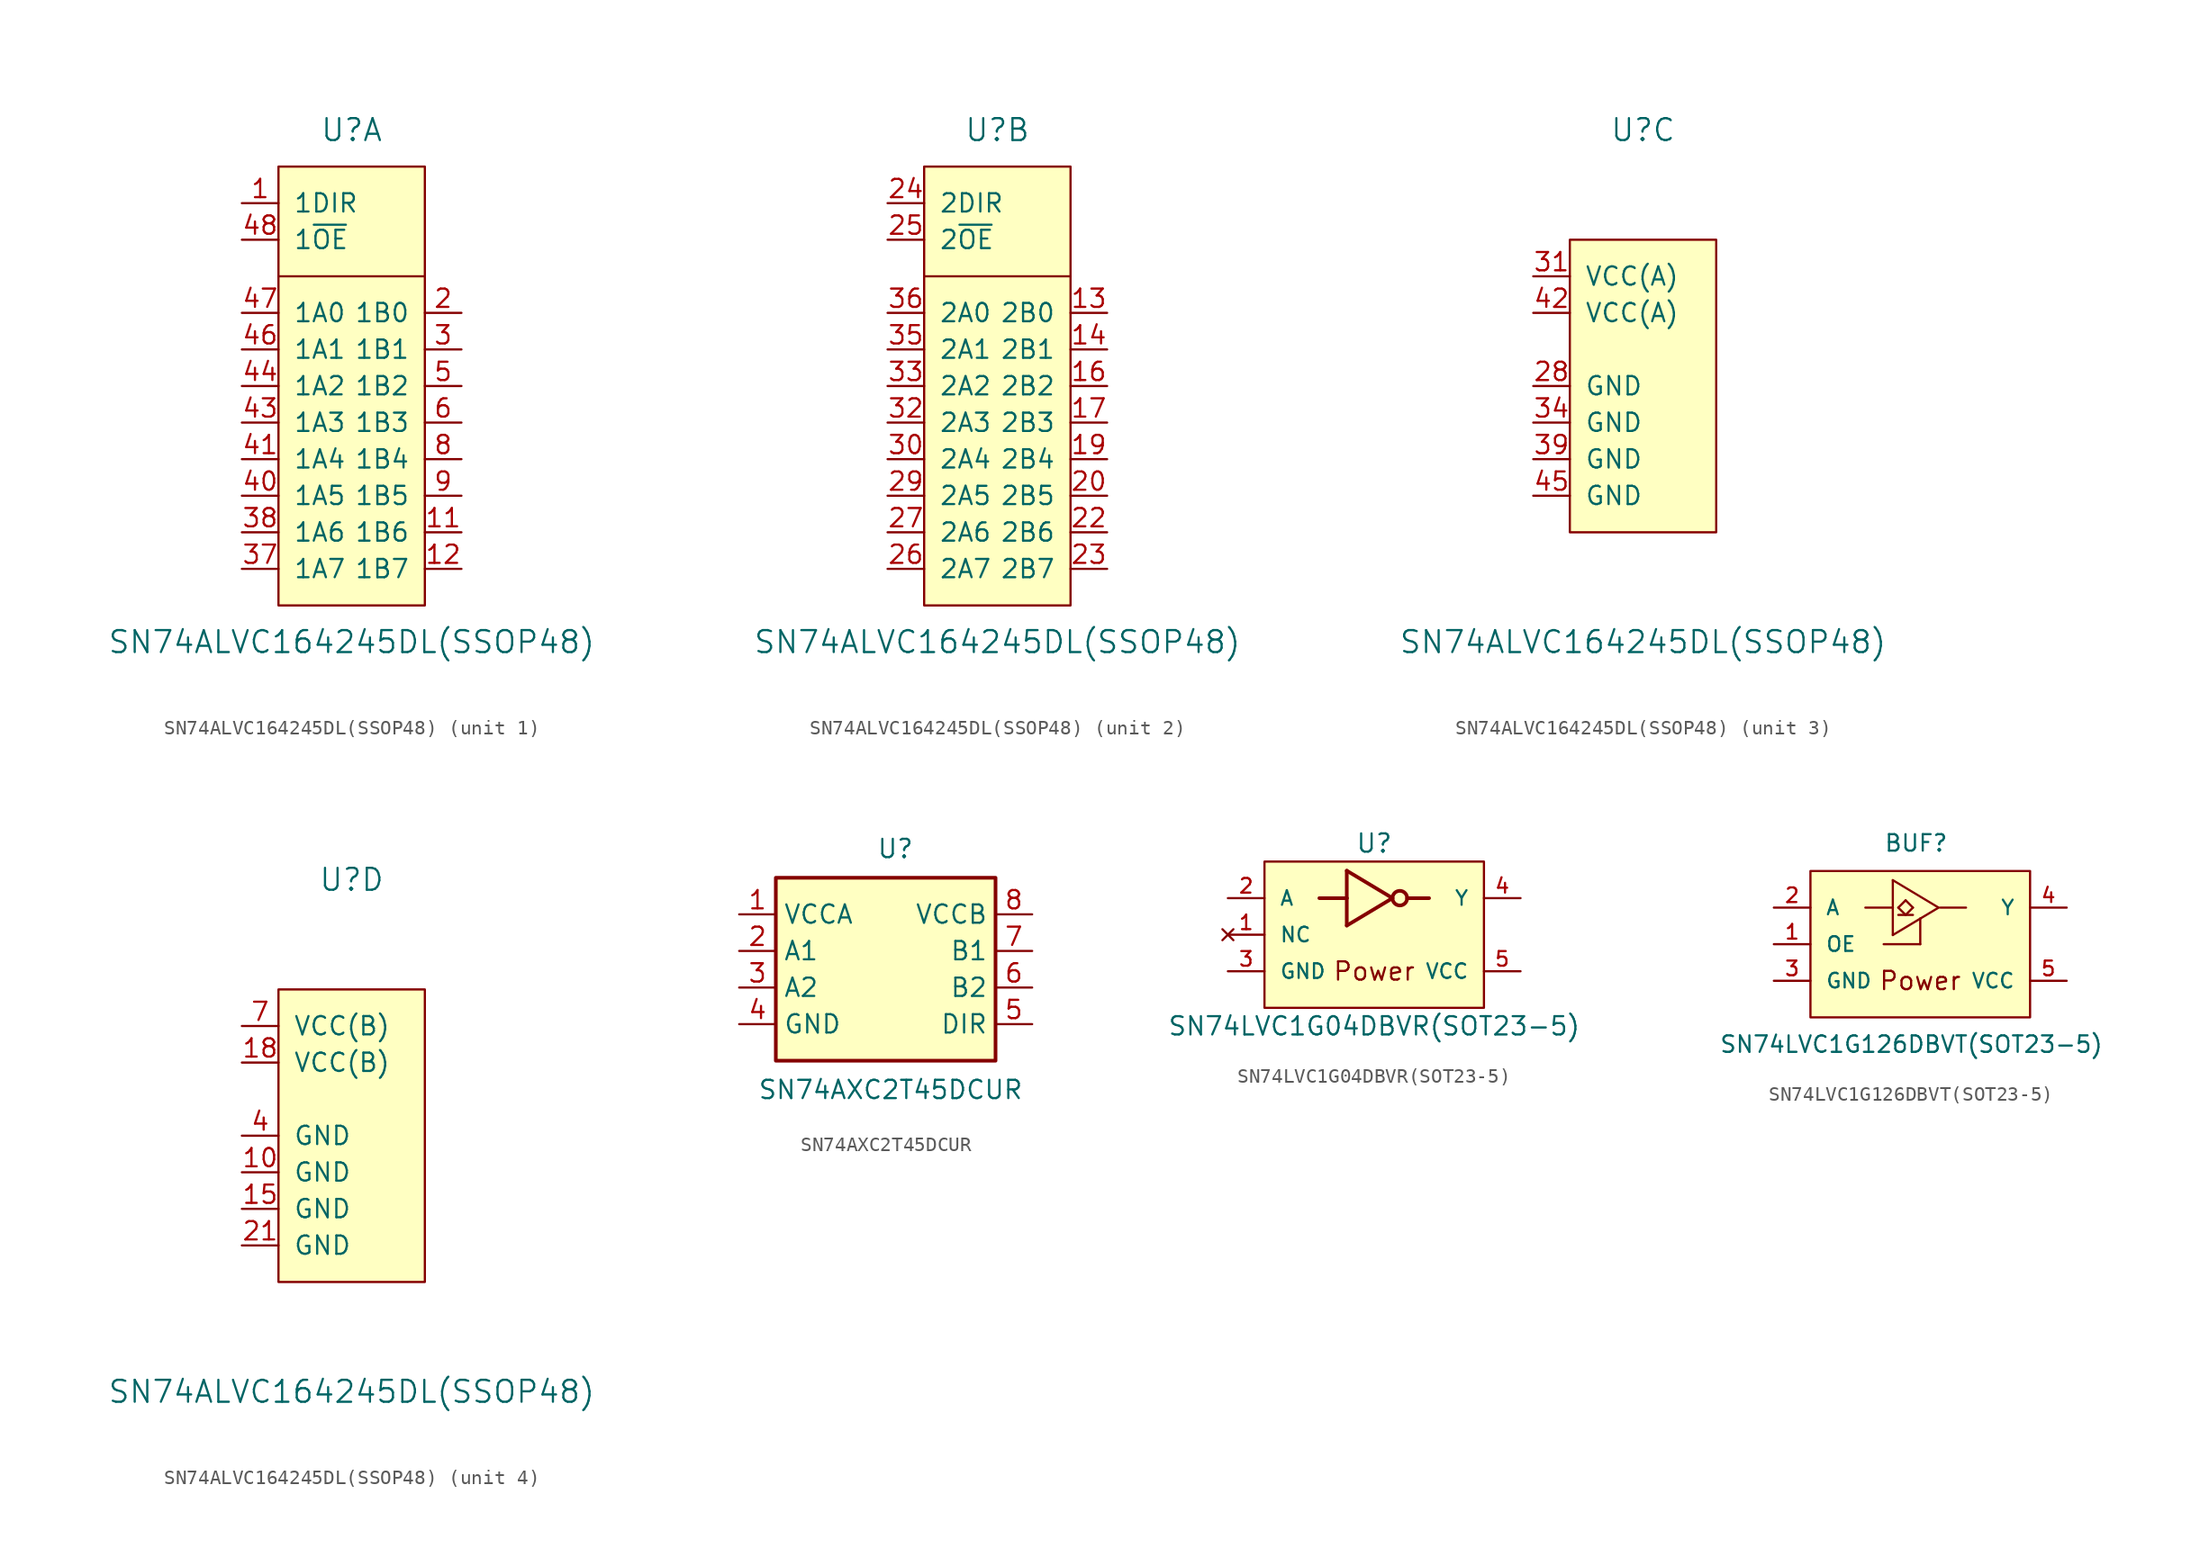
<source format=kicad_sym>
(kicad_symbol_lib
  (version 20220914)
  (generator kicad_symbol_editor)
  (symbol "SN74ALVC164245DL(SSOP48)"
    (pin_names
      (offset 1.016))
    (property "Reference" "U"
      (at 0 17.78 0)
      (effects (font (size 1.524 1.524))))
    (property "Value" "SN74ALVC164245DL(SSOP48)"
      (at 0 -17.78 0)
      (effects (font (size 1.524 1.524))))
    (property "Footprint" ""
      (at -7.62 0 0)
      (effects (font (size 1.524 1.524))))
    (property "Datasheet" ""
      (at -7.62 0 0)
      (effects (font (size 1.524 1.524))))
    (property "ki_locked" ""
      (at 0 0 0)
      (effects (font (size 1.27 1.27))))
    (symbol "SN74ALVC164245DL(SSOP48)_1_1"
      (rectangle (start -5.08 15.24) (end 5.08 -15.24) (stroke (width 0) (type solid)) (fill (type background)))
      (polyline (pts (xy -5.08 7.62) (xy 5.08 7.62)) (stroke (width 0) (type solid)) (fill (type none)))
      (pin input line (at -7.62 12.7 0) (length 2.54) (name "1DIR" (effects (font (size 1.27 1.27)))) (number "1" (effects (font (size 1.27 1.27)))))
      (pin bidirectional line (at 7.62 -10.16 180) (length 2.54) (name "1B6" (effects (font (size 1.27 1.27)))) (number "11" (effects (font (size 1.27 1.27)))))
      (pin bidirectional line (at 7.62 -12.7 180) (length 2.54) (name "1B7" (effects (font (size 1.27 1.27)))) (number "12" (effects (font (size 1.27 1.27)))))
      (pin bidirectional line (at 7.62 5.08 180) (length 2.54) (name "1B0" (effects (font (size 1.27 1.27)))) (number "2" (effects (font (size 1.27 1.27)))))
      (pin bidirectional line (at 7.62 2.54 180) (length 2.54) (name "1B1" (effects (font (size 1.27 1.27)))) (number "3" (effects (font (size 1.27 1.27)))))
      (pin bidirectional line (at -7.62 -12.7 0) (length 2.54) (name "1A7" (effects (font (size 1.27 1.27)))) (number "37" (effects (font (size 1.27 1.27)))))
      (pin bidirectional line (at -7.62 -10.16 0) (length 2.54) (name "1A6" (effects (font (size 1.27 1.27)))) (number "38" (effects (font (size 1.27 1.27)))))
      (pin bidirectional line (at -7.62 -7.62 0) (length 2.54) (name "1A5" (effects (font (size 1.27 1.27)))) (number "40" (effects (font (size 1.27 1.27)))))
      (pin bidirectional line (at -7.62 -5.08 0) (length 2.54) (name "1A4" (effects (font (size 1.27 1.27)))) (number "41" (effects (font (size 1.27 1.27)))))
      (pin bidirectional line (at -7.62 -2.54 0) (length 2.54) (name "1A3" (effects (font (size 1.27 1.27)))) (number "43" (effects (font (size 1.27 1.27)))))
      (pin bidirectional line (at -7.62 0 0) (length 2.54) (name "1A2" (effects (font (size 1.27 1.27)))) (number "44" (effects (font (size 1.27 1.27)))))
      (pin bidirectional line (at -7.62 2.54 0) (length 2.54) (name "1A1" (effects (font (size 1.27 1.27)))) (number "46" (effects (font (size 1.27 1.27)))))
      (pin bidirectional line (at -7.62 5.08 0) (length 2.54) (name "1A0" (effects (font (size 1.27 1.27)))) (number "47" (effects (font (size 1.27 1.27)))))
      (pin input line (at -7.62 10.16 0) (length 2.54) (name "1~{OE}" (effects (font (size 1.27 1.27)))) (number "48" (effects (font (size 1.27 1.27)))))
      (pin bidirectional line (at 7.62 0 180) (length 2.54) (name "1B2" (effects (font (size 1.27 1.27)))) (number "5" (effects (font (size 1.27 1.27)))))
      (pin bidirectional line (at 7.62 -2.54 180) (length 2.54) (name "1B3" (effects (font (size 1.27 1.27)))) (number "6" (effects (font (size 1.27 1.27)))))
      (pin bidirectional line (at 7.62 -5.08 180) (length 2.54) (name "1B4" (effects (font (size 1.27 1.27)))) (number "8" (effects (font (size 1.27 1.27)))))
      (pin bidirectional line (at 7.62 -7.62 180) (length 2.54) (name "1B5" (effects (font (size 1.27 1.27)))) (number "9" (effects (font (size 1.27 1.27))))))
    (symbol "SN74ALVC164245DL(SSOP48)_2_1"
      (rectangle (start -5.08 15.24) (end 5.08 -15.24) (stroke (width 0) (type solid)) (fill (type background)))
      (polyline (pts (xy -5.08 7.62) (xy 5.08 7.62)) (stroke (width 0) (type solid)) (fill (type none)))
      (pin bidirectional line (at 7.62 5.08 180) (length 2.54) (name "2B0" (effects (font (size 1.27 1.27)))) (number "13" (effects (font (size 1.27 1.27)))))
      (pin bidirectional line (at 7.62 2.54 180) (length 2.54) (name "2B1" (effects (font (size 1.27 1.27)))) (number "14" (effects (font (size 1.27 1.27)))))
      (pin bidirectional line (at 7.62 0 180) (length 2.54) (name "2B2" (effects (font (size 1.27 1.27)))) (number "16" (effects (font (size 1.27 1.27)))))
      (pin bidirectional line (at 7.62 -2.54 180) (length 2.54) (name "2B3" (effects (font (size 1.27 1.27)))) (number "17" (effects (font (size 1.27 1.27)))))
      (pin bidirectional line (at 7.62 -5.08 180) (length 2.54) (name "2B4" (effects (font (size 1.27 1.27)))) (number "19" (effects (font (size 1.27 1.27)))))
      (pin bidirectional line (at 7.62 -7.62 180) (length 2.54) (name "2B5" (effects (font (size 1.27 1.27)))) (number "20" (effects (font (size 1.27 1.27)))))
      (pin bidirectional line (at 7.62 -10.16 180) (length 2.54) (name "2B6" (effects (font (size 1.27 1.27)))) (number "22" (effects (font (size 1.27 1.27)))))
      (pin bidirectional line (at 7.62 -12.7 180) (length 2.54) (name "2B7" (effects (font (size 1.27 1.27)))) (number "23" (effects (font (size 1.27 1.27)))))
      (pin input line (at -7.62 12.7 0) (length 2.54) (name "2DIR" (effects (font (size 1.27 1.27)))) (number "24" (effects (font (size 1.27 1.27)))))
      (pin input line (at -7.62 10.16 0) (length 2.54) (name "2~{OE}" (effects (font (size 1.27 1.27)))) (number "25" (effects (font (size 1.27 1.27)))))
      (pin bidirectional line (at -7.62 -12.7 0) (length 2.54) (name "2A7" (effects (font (size 1.27 1.27)))) (number "26" (effects (font (size 1.27 1.27)))))
      (pin bidirectional line (at -7.62 -10.16 0) (length 2.54) (name "2A6" (effects (font (size 1.27 1.27)))) (number "27" (effects (font (size 1.27 1.27)))))
      (pin bidirectional line (at -7.62 -7.62 0) (length 2.54) (name "2A5" (effects (font (size 1.27 1.27)))) (number "29" (effects (font (size 1.27 1.27)))))
      (pin bidirectional line (at -7.62 -5.08 0) (length 2.54) (name "2A4" (effects (font (size 1.27 1.27)))) (number "30" (effects (font (size 1.27 1.27)))))
      (pin bidirectional line (at -7.62 -2.54 0) (length 2.54) (name "2A3" (effects (font (size 1.27 1.27)))) (number "32" (effects (font (size 1.27 1.27)))))
      (pin bidirectional line (at -7.62 0 0) (length 2.54) (name "2A2" (effects (font (size 1.27 1.27)))) (number "33" (effects (font (size 1.27 1.27)))))
      (pin bidirectional line (at -7.62 2.54 0) (length 2.54) (name "2A1" (effects (font (size 1.27 1.27)))) (number "35" (effects (font (size 1.27 1.27)))))
      (pin bidirectional line (at -7.62 5.08 0) (length 2.54) (name "2A0" (effects (font (size 1.27 1.27)))) (number "36" (effects (font (size 1.27 1.27))))))
    (symbol "SN74ALVC164245DL(SSOP48)_3_1"
      (rectangle (start -5.08 10.16) (end 5.08 -10.16) (stroke (width 0) (type solid)) (fill (type background)))
      (pin power_in line (at -7.62 0 0) (length 2.54) (name "GND" (effects (font (size 1.27 1.27)))) (number "28" (effects (font (size 1.27 1.27)))))
      (pin power_in line (at -7.62 7.62 0) (length 2.54) (name "VCC(A)" (effects (font (size 1.27 1.27)))) (number "31" (effects (font (size 1.27 1.27)))))
      (pin power_in line (at -7.62 -2.54 0) (length 2.54) (name "GND" (effects (font (size 1.27 1.27)))) (number "34" (effects (font (size 1.27 1.27)))))
      (pin power_in line (at -7.62 -5.08 0) (length 2.54) (name "GND" (effects (font (size 1.27 1.27)))) (number "39" (effects (font (size 1.27 1.27)))))
      (pin power_in line (at -7.62 5.08 0) (length 2.54) (name "VCC(A)" (effects (font (size 1.27 1.27)))) (number "42" (effects (font (size 1.27 1.27)))))
      (pin power_in line (at -7.62 -7.62 0) (length 2.54) (name "GND" (effects (font (size 1.27 1.27)))) (number "45" (effects (font (size 1.27 1.27))))))
    (symbol "SN74ALVC164245DL(SSOP48)_4_1"
      (rectangle (start -5.08 10.16) (end 5.08 -10.16) (stroke (width 0) (type solid)) (fill (type background)))
      (pin power_in line (at -7.62 -2.54 0) (length 2.54) (name "GND" (effects (font (size 1.27 1.27)))) (number "10" (effects (font (size 1.27 1.27)))))
      (pin power_in line (at -7.62 -5.08 0) (length 2.54) (name "GND" (effects (font (size 1.27 1.27)))) (number "15" (effects (font (size 1.27 1.27)))))
      (pin power_in line (at -7.62 5.08 0) (length 2.54) (name "VCC(B)" (effects (font (size 1.27 1.27)))) (number "18" (effects (font (size 1.27 1.27)))))
      (pin power_in line (at -7.62 -7.62 0) (length 2.54) (name "GND" (effects (font (size 1.27 1.27)))) (number "21" (effects (font (size 1.27 1.27)))))
      (pin power_in line (at -7.62 0 0) (length 2.54) (name "GND" (effects (font (size 1.27 1.27)))) (number "4" (effects (font (size 1.27 1.27)))))
      (pin power_in line (at -7.62 7.62 0) (length 2.54) (name "VCC(B)" (effects (font (size 1.27 1.27)))) (number "7" (effects (font (size 1.27 1.27)))))))
  (symbol "SN74AXC2T45DCUR"
    (property "Reference" "U"
      (at -0.635 6.35 0)
      (effects (font (size 1.27 1.27)) (justify left bottom)))
    (property "Value" "SN74AXC2T45DCUR"
      (at -8.89 -8.89 0)
      (effects (font (size 1.27 1.27)) (justify left top)))
    (symbol "SN74AXC2T45DCUR_0_1"
      (rectangle (start -7.62 5.08) (end 7.62 -7.62) (stroke (width 0.254) (type default)) (fill (type background))))
    (symbol "SN74AXC2T45DCUR_1_1"
      (pin power_in line (at -10.16 2.54 0) (length 2.54) (name "VCCA" (effects (font (size 1.27 1.27)))) (number "1" (effects (font (size 1.27 1.27)))))
      (pin bidirectional line (at -10.16 0 0) (length 2.54) (name "A1" (effects (font (size 1.27 1.27)))) (number "2" (effects (font (size 1.27 1.27)))))
      (pin bidirectional line (at -10.16 -2.54 0) (length 2.54) (name "A2" (effects (font (size 1.27 1.27)))) (number "3" (effects (font (size 1.27 1.27)))))
      (pin power_in line (at -10.16 -5.08 0) (length 2.54) (name "GND" (effects (font (size 1.27 1.27)))) (number "4" (effects (font (size 1.27 1.27)))))
      (pin input line (at 10.16 -5.08 180) (length 2.54) (name "DIR" (effects (font (size 1.27 1.27)))) (number "5" (effects (font (size 1.27 1.27)))))
      (pin bidirectional line (at 10.16 -2.54 180) (length 2.54) (name "B2" (effects (font (size 1.27 1.27)))) (number "6" (effects (font (size 1.27 1.27)))))
      (pin bidirectional line (at 10.16 0 180) (length 2.54) (name "B1" (effects (font (size 1.27 1.27)))) (number "7" (effects (font (size 1.27 1.27)))))
      (pin power_in line (at 10.16 2.54 180) (length 2.54) (name "VCCB" (effects (font (size 1.27 1.27)))) (number "8" (effects (font (size 1.27 1.27)))))))
  (symbol "SN74LVC1G04DBVR(SOT23-5)"
    (pin_names
      (offset 1.016))
    (property "Reference" "U"
      (at 0 6.35 0)
      (effects (font (size 1.27 1.27))))
    (property "Value" "SN74LVC1G04DBVR(SOT23-5)"
      (at 0 -6.35 0)
      (effects (font (size 1.27 1.27))))
    (symbol "SN74LVC1G04DBVR(SOT23-5)_0_1"
      (circle (center 1.778 2.54) (radius 0.508) (stroke (width 0.254) (type solid)) (fill (type none))))
    (symbol "SN74LVC1G04DBVR(SOT23-5)_1_1"
      (rectangle (start -7.62 5.08) (end 7.62 -5.08) (stroke (width 0) (type solid)) (fill (type background)))
      (polyline (pts (xy -1.905 0.635) (xy 1.27 2.54)) (stroke (width 0.254) (type solid)) (fill (type none)))
      (polyline (pts (xy -1.905 2.54) (xy -3.81 2.54)) (stroke (width 0.254) (type solid)) (fill (type none)))
      (polyline (pts (xy -1.905 2.54) (xy -1.905 0.635)) (stroke (width 0.254) (type solid)) (fill (type none)))
      (polyline (pts (xy -1.905 4.445) (xy -1.905 2.54)) (stroke (width 0.254) (type solid)) (fill (type none)))
      (polyline (pts (xy -1.905 4.445) (xy 1.27 2.54)) (stroke (width 0.254) (type solid)) (fill (type none)))
      (polyline (pts (xy 2.286 2.54) (xy 3.81 2.54)) (stroke (width 0.254) (type solid)) (fill (type none)))
      (text "Power" (at 0 -2.54 0) (effects (font (size 1.27 1.27))))
      (pin no_connect line (at -10.16 0 0) (length 2.54) (name "NC" (effects (font (size 1.016 1.016)))) (number "1" (effects (font (size 1.016 1.016)))))
      (pin input line (at -10.16 2.54 0) (length 2.54) (name "A" (effects (font (size 1.016 1.016)))) (number "2" (effects (font (size 1.016 1.016)))))
      (pin power_in line (at -10.16 -2.54 0) (length 2.54) (name "GND" (effects (font (size 1.016 1.016)))) (number "3" (effects (font (size 1.016 1.016)))))
      (pin output line (at 10.16 2.54 180) (length 2.54) (name "Y" (effects (font (size 1.016 1.016)))) (number "4" (effects (font (size 1.016 1.016)))))
      (pin power_in line (at 10.16 -2.54 180) (length 2.54) (name "VCC" (effects (font (size 1.016 1.016)))) (number "5" (effects (font (size 1.016 1.016)))))))
  (symbol "SN74LVC1G126DBVT(SOT23-5)"
    (pin_names
      (offset 1.016))
    (property "Reference" "BUF"
      (at -2.54 6.35 0)
      (effects (font (size 1.143 1.143)) (justify left bottom)))
    (property "Value" "SN74LVC1G126DBVT(SOT23-5)"
      (at -13.97 -7.62 0)
      (effects (font (size 1.143 1.143)) (justify left bottom)))
    (symbol "SN74LVC1G126DBVT(SOT23-5)_0_0"
      (text "Power" (at 0 -2.54 0) (effects (font (size 1.27 1.27)))))
    (symbol "SN74LVC1G126DBVT(SOT23-5)_1_0"
      (polyline (pts (xy -1.905 0.635) (xy 0 1.778)) (stroke (width 0) (type solid)) (fill (type none)))
      (polyline (pts (xy -1.905 2.54) (xy -3.81 2.54)) (stroke (width 0) (type solid)) (fill (type none)))
      (polyline (pts (xy -1.905 2.54) (xy -1.905 0.635)) (stroke (width 0) (type solid)) (fill (type none)))
      (polyline (pts (xy -1.905 4.445) (xy -1.905 2.54)) (stroke (width 0) (type solid)) (fill (type none)))
      (polyline (pts (xy -1.905 4.445) (xy 1.27 2.54)) (stroke (width 0) (type solid)) (fill (type none)))
      (polyline (pts (xy -1.524 2.032) (xy -0.508 2.032)) (stroke (width 0) (type solid)) (fill (type none)))
      (polyline (pts (xy -1.524 2.54) (xy -1.016 2.032)) (stroke (width 0) (type solid)) (fill (type none)))
      (polyline (pts (xy -1.016 2.032) (xy -0.508 2.54)) (stroke (width 0) (type solid)) (fill (type none)))
      (polyline (pts (xy -1.016 3.048) (xy -1.524 2.54)) (stroke (width 0) (type solid)) (fill (type none)))
      (polyline (pts (xy -1.016 3.048) (xy -0.508 2.54)) (stroke (width 0) (type solid)) (fill (type none)))
      (polyline (pts (xy 0 0) (xy -2.54 0)) (stroke (width 0) (type solid)) (fill (type none)))
      (polyline (pts (xy 0 0) (xy 0 1.778)) (stroke (width 0) (type solid)) (fill (type none)))
      (polyline (pts (xy 0 1.778) (xy 1.27 2.54)) (stroke (width 0) (type solid)) (fill (type none)))
      (polyline (pts (xy 1.397 2.54) (xy 3.175 2.54)) (stroke (width 0) (type solid)) (fill (type none))))
    (symbol "SN74LVC1G126DBVT(SOT23-5)_1_1"
      (rectangle (start -7.62 5.08) (end 7.62 -5.08) (stroke (width 0) (type solid)) (fill (type background)))
      (pin input line (at -10.16 0 0) (length 2.54) (name "OE" (effects (font (size 1.016 1.016)))) (number "1" (effects (font (size 1.016 1.016)))))
      (pin input line (at -10.16 2.54 0) (length 2.54) (name "A" (effects (font (size 1.016 1.016)))) (number "2" (effects (font (size 1.016 1.016)))))
      (pin power_in line (at -10.16 -2.54 0) (length 2.54) (name "GND" (effects (font (size 1.016 1.016)))) (number "3" (effects (font (size 1.016 1.016)))))
      (pin output line (at 10.16 2.54 180) (length 2.54) (name "Y" (effects (font (size 1.016 1.016)))) (number "4" (effects (font (size 1.016 1.016)))))
      (pin power_in line (at 10.16 -2.54 180) (length 2.54) (name "VCC" (effects (font (size 1.016 1.016)))) (number "5" (effects (font (size 1.016 1.016))))))))
</source>
